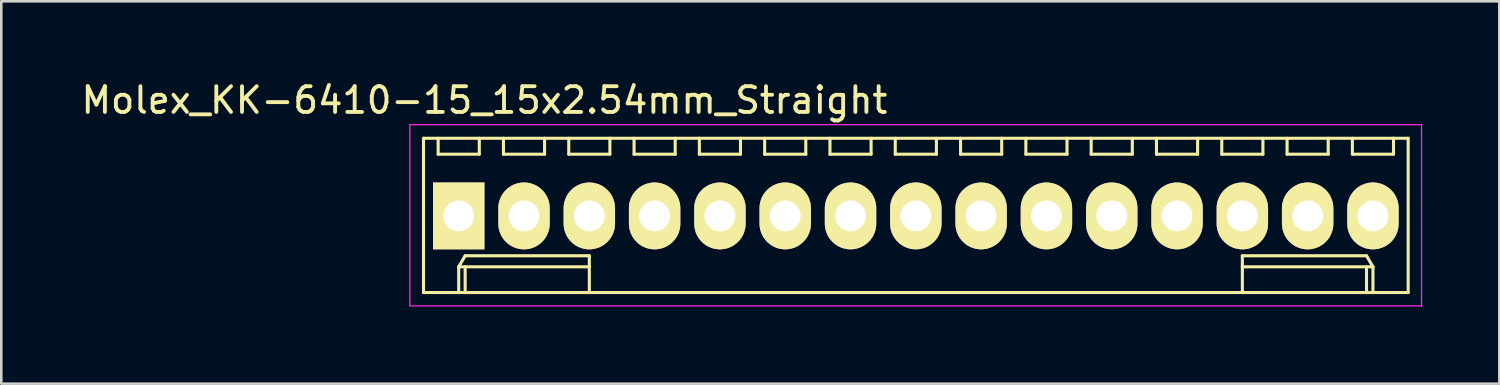
<source format=kicad_pcb>
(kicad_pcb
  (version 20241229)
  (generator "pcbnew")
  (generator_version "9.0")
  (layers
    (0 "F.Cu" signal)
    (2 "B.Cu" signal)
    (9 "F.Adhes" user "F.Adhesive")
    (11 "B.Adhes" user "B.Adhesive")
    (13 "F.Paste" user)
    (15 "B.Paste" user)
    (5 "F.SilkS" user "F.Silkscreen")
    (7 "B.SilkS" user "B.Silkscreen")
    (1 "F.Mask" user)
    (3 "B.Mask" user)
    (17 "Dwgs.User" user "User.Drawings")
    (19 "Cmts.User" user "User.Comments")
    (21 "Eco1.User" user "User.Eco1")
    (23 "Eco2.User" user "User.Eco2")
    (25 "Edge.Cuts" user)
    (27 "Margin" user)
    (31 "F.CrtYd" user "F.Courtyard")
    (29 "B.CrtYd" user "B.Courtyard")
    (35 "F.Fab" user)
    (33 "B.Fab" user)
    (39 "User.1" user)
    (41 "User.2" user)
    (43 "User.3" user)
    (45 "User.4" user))
  (footprint "Molex_KK-6410-15_15x2.54mm_Straight"
    (layer "F.Cu")
    (at 14.792 5.348)
    (property "Reference" "Molex_KK-6410-15_15x2.54mm_Straight" (at 1 -4.5 0) (layer "F.SilkS") (effects (font (size 1 1) (thickness 0.15))))
    (attr through_hole)
    (fp_line (start -1.37 -3.02) (end -1.37 2.98) (stroke (width 0.12) (type solid)) (layer "F.SilkS"))
    (fp_line (start -1.37 2.98) (end 36.93 2.98) (stroke (width 0.12) (type solid)) (layer "F.SilkS"))
    (fp_line (start -0.8 -3.02) (end -0.8 -2.4) (stroke (width 0.12) (type solid)) (layer "F.SilkS"))
    (fp_line (start -0.8 -2.4) (end 0.8 -2.4) (stroke (width 0.12) (type solid)) (layer "F.SilkS"))
    (fp_line (start 0 1.98) (end 0.25 1.55) (stroke (width 0.12) (type solid)) (layer "F.SilkS"))
    (fp_line (start 0 1.98) (end 5.08 1.98) (stroke (width 0.12) (type solid)) (layer "F.SilkS"))
    (fp_line (start 0 2.98) (end 0 1.98) (stroke (width 0.12) (type solid)) (layer "F.SilkS"))
    (fp_line (start 0.25 1.55) (end 5.08 1.55) (stroke (width 0.12) (type solid)) (layer "F.SilkS"))
    (fp_line (start 0.25 2.98) (end 0.25 1.98) (stroke (width 0.12) (type solid)) (layer "F.SilkS"))
    (fp_line (start 0.8 -2.4) (end 0.8 -3.02) (stroke (width 0.12) (type solid)) (layer "F.SilkS"))
    (fp_line (start 1.74 -3.02) (end 1.74 -2.4) (stroke (width 0.12) (type solid)) (layer "F.SilkS"))
    (fp_line (start 1.74 -2.4) (end 3.34 -2.4) (stroke (width 0.12) (type solid)) (layer "F.SilkS"))
    (fp_line (start 3.34 -2.4) (end 3.34 -3.02) (stroke (width 0.12) (type solid)) (layer "F.SilkS"))
    (fp_line (start 4.28 -3.02) (end 4.28 -2.4) (stroke (width 0.12) (type solid)) (layer "F.SilkS"))
    (fp_line (start 4.28 -2.4) (end 5.88 -2.4) (stroke (width 0.12) (type solid)) (layer "F.SilkS"))
    (fp_line (start 5.08 1.55) (end 5.08 1.98) (stroke (width 0.12) (type solid)) (layer "F.SilkS"))
    (fp_line (start 5.08 1.98) (end 5.08 2.98) (stroke (width 0.12) (type solid)) (layer "F.SilkS"))
    (fp_line (start 5.88 -2.4) (end 5.88 -3.02) (stroke (width 0.12) (type solid)) (layer "F.SilkS"))
    (fp_line (start 6.82 -3.02) (end 6.82 -2.4) (stroke (width 0.12) (type solid)) (layer "F.SilkS"))
    (fp_line (start 6.82 -2.4) (end 8.42 -2.4) (stroke (width 0.12) (type solid)) (layer "F.SilkS"))
    (fp_line (start 8.42 -2.4) (end 8.42 -3.02) (stroke (width 0.12) (type solid)) (layer "F.SilkS"))
    (fp_line (start 9.36 -3.02) (end 9.36 -2.4) (stroke (width 0.12) (type solid)) (layer "F.SilkS"))
    (fp_line (start 9.36 -2.4) (end 10.96 -2.4) (stroke (width 0.12) (type solid)) (layer "F.SilkS"))
    (fp_line (start 10.96 -2.4) (end 10.96 -3.02) (stroke (width 0.12) (type solid)) (layer "F.SilkS"))
    (fp_line (start 11.9 -3.02) (end 11.9 -2.4) (stroke (width 0.12) (type solid)) (layer "F.SilkS"))
    (fp_line (start 11.9 -2.4) (end 13.5 -2.4) (stroke (width 0.12) (type solid)) (layer "F.SilkS"))
    (fp_line (start 13.5 -2.4) (end 13.5 -3.02) (stroke (width 0.12) (type solid)) (layer "F.SilkS"))
    (fp_line (start 14.44 -3.02) (end 14.44 -2.4) (stroke (width 0.12) (type solid)) (layer "F.SilkS"))
    (fp_line (start 14.44 -2.4) (end 16.04 -2.4) (stroke (width 0.12) (type solid)) (layer "F.SilkS"))
    (fp_line (start 16.04 -2.4) (end 16.04 -3.02) (stroke (width 0.12) (type solid)) (layer "F.SilkS"))
    (fp_line (start 16.98 -3.02) (end 16.98 -2.4) (stroke (width 0.12) (type solid)) (layer "F.SilkS"))
    (fp_line (start 16.98 -2.4) (end 18.58 -2.4) (stroke (width 0.12) (type solid)) (layer "F.SilkS"))
    (fp_line (start 18.58 -2.4) (end 18.58 -3.02) (stroke (width 0.12) (type solid)) (layer "F.SilkS"))
    (fp_line (start 19.52 -3.02) (end 19.52 -2.4) (stroke (width 0.12) (type solid)) (layer "F.SilkS"))
    (fp_line (start 19.52 -2.4) (end 21.12 -2.4) (stroke (width 0.12) (type solid)) (layer "F.SilkS"))
    (fp_line (start 21.12 -2.4) (end 21.12 -3.02) (stroke (width 0.12) (type solid)) (layer "F.SilkS"))
    (fp_line (start 22.06 -3.02) (end 22.06 -2.4) (stroke (width 0.12) (type solid)) (layer "F.SilkS"))
    (fp_line (start 22.06 -2.4) (end 23.66 -2.4) (stroke (width 0.12) (type solid)) (layer "F.SilkS"))
    (fp_line (start 23.66 -2.4) (end 23.66 -3.02) (stroke (width 0.12) (type solid)) (layer "F.SilkS"))
    (fp_line (start 24.6 -3.02) (end 24.6 -2.4) (stroke (width 0.12) (type solid)) (layer "F.SilkS"))
    (fp_line (start 24.6 -2.4) (end 26.2 -2.4) (stroke (width 0.12) (type solid)) (layer "F.SilkS"))
    (fp_line (start 26.2 -2.4) (end 26.2 -3.02) (stroke (width 0.12) (type solid)) (layer "F.SilkS"))
    (fp_line (start 27.14 -3.02) (end 27.14 -2.4) (stroke (width 0.12) (type solid)) (layer "F.SilkS"))
    (fp_line (start 27.14 -2.4) (end 28.74 -2.4) (stroke (width 0.12) (type solid)) (layer "F.SilkS"))
    (fp_line (start 28.74 -2.4) (end 28.74 -3.02) (stroke (width 0.12) (type solid)) (layer "F.SilkS"))
    (fp_line (start 29.68 -3.02) (end 29.68 -2.4) (stroke (width 0.12) (type solid)) (layer "F.SilkS"))
    (fp_line (start 29.68 -2.4) (end 31.28 -2.4) (stroke (width 0.12) (type solid)) (layer "F.SilkS"))
    (fp_line (start 30.48 1.55) (end 30.48 1.98) (stroke (width 0.12) (type solid)) (layer "F.SilkS"))
    (fp_line (start 30.48 1.98) (end 30.48 2.98) (stroke (width 0.12) (type solid)) (layer "F.SilkS"))
    (fp_line (start 31.28 -2.4) (end 31.28 -3.02) (stroke (width 0.12) (type solid)) (layer "F.SilkS"))
    (fp_line (start 32.22 -3.02) (end 32.22 -2.4) (stroke (width 0.12) (type solid)) (layer "F.SilkS"))
    (fp_line (start 32.22 -2.4) (end 33.82 -2.4) (stroke (width 0.12) (type solid)) (layer "F.SilkS"))
    (fp_line (start 33.82 -2.4) (end 33.82 -3.02) (stroke (width 0.12) (type solid)) (layer "F.SilkS"))
    (fp_line (start 34.76 -3.02) (end 34.76 -2.4) (stroke (width 0.12) (type solid)) (layer "F.SilkS"))
    (fp_line (start 34.76 -2.4) (end 36.36 -2.4) (stroke (width 0.12) (type solid)) (layer "F.SilkS"))
    (fp_line (start 35.31 1.55) (end 30.48 1.55) (stroke (width 0.12) (type solid)) (layer "F.SilkS"))
    (fp_line (start 35.31 2.98) (end 35.31 1.98) (stroke (width 0.12) (type solid)) (layer "F.SilkS"))
    (fp_line (start 35.56 1.98) (end 30.48 1.98) (stroke (width 0.12) (type solid)) (layer "F.SilkS"))
    (fp_line (start 35.56 1.98) (end 35.31 1.55) (stroke (width 0.12) (type solid)) (layer "F.SilkS"))
    (fp_line (start 35.56 2.98) (end 35.56 1.98) (stroke (width 0.12) (type solid)) (layer "F.SilkS"))
    (fp_line (start 36.36 -2.4) (end 36.36 -3.02) (stroke (width 0.12) (type solid)) (layer "F.SilkS"))
    (fp_line (start 36.93 -3.02) (end -1.37 -3.02) (stroke (width 0.12) (type solid)) (layer "F.SilkS"))
    (fp_line (start 36.93 2.98) (end 36.93 -3.02) (stroke (width 0.12) (type solid)) (layer "F.SilkS"))
    (fp_line (start -1.9 -3.55) (end 37.45 -3.55) (stroke (width 0.05) (type solid)) (layer "F.CrtYd"))
    (fp_line (start -1.9 3.5) (end -1.9 -3.55) (stroke (width 0.05) (type solid)) (layer "F.CrtYd"))
    (fp_line (start 37.45 -3.55) (end 37.45 3.5) (stroke (width 0.05) (type solid)) (layer "F.CrtYd"))
    (fp_line (start 37.45 3.5) (end -1.9 3.5) (stroke (width 0.05) (type solid)) (layer "F.CrtYd"))
    (pad "1" thru_hole rect (at 0 0) (size 2 2.6) (drill 1.2) (layers "*.Cu" "*.Mask" "F.SilkS"))
    (pad "2" thru_hole oval (at 2.54 0) (size 2 2.6) (drill 1.2) (layers "*.Cu" "*.Mask" "F.SilkS"))
    (pad "3" thru_hole oval (at 5.08 0) (size 2 2.6) (drill 1.2) (layers "*.Cu" "*.Mask" "F.SilkS"))
    (pad "4" thru_hole oval (at 7.62 0) (size 2 2.6) (drill 1.2) (layers "*.Cu" "*.Mask" "F.SilkS"))
    (pad "5" thru_hole oval (at 10.16 0) (size 2 2.6) (drill 1.2) (layers "*.Cu" "*.Mask" "F.SilkS"))
    (pad "6" thru_hole oval (at 12.7 0) (size 2 2.6) (drill 1.2) (layers "*.Cu" "*.Mask" "F.SilkS"))
    (pad "7" thru_hole oval (at 15.24 0) (size 2 2.6) (drill 1.2) (layers "*.Cu" "*.Mask" "F.SilkS"))
    (pad "8" thru_hole oval (at 17.78 0) (size 2 2.6) (drill 1.2) (layers "*.Cu" "*.Mask" "F.SilkS"))
    (pad "9" thru_hole oval (at 20.32 0) (size 2 2.6) (drill 1.2) (layers "*.Cu" "*.Mask" "F.SilkS"))
    (pad "10" thru_hole oval (at 22.86 0) (size 2 2.6) (drill 1.2) (layers "*.Cu" "*.Mask" "F.SilkS"))
    (pad "11" thru_hole oval (at 25.4 0) (size 2 2.6) (drill 1.2) (layers "*.Cu" "*.Mask" "F.SilkS"))
    (pad "12" thru_hole oval (at 27.94 0) (size 2 2.6) (drill 1.2) (layers "*.Cu" "*.Mask" "F.SilkS"))
    (pad "13" thru_hole oval (at 30.48 0) (size 2 2.6) (drill 1.2) (layers "*.Cu" "*.Mask" "F.SilkS"))
    (pad "14" thru_hole oval (at 33.02 0) (size 2 2.6) (drill 1.2) (layers "*.Cu" "*.Mask" "F.SilkS"))
    (pad "15" thru_hole oval (at 35.56 0) (size 2 2.6) (drill 1.2) (layers "*.Cu" "*.Mask" "F.SilkS")))
  (gr_rect
    (start -3 -3)
    (end 55.267 11.873)
    (stroke (width 0.1) (type default))
    (fill no)
    (layer "Edge.Cuts")))
</source>
